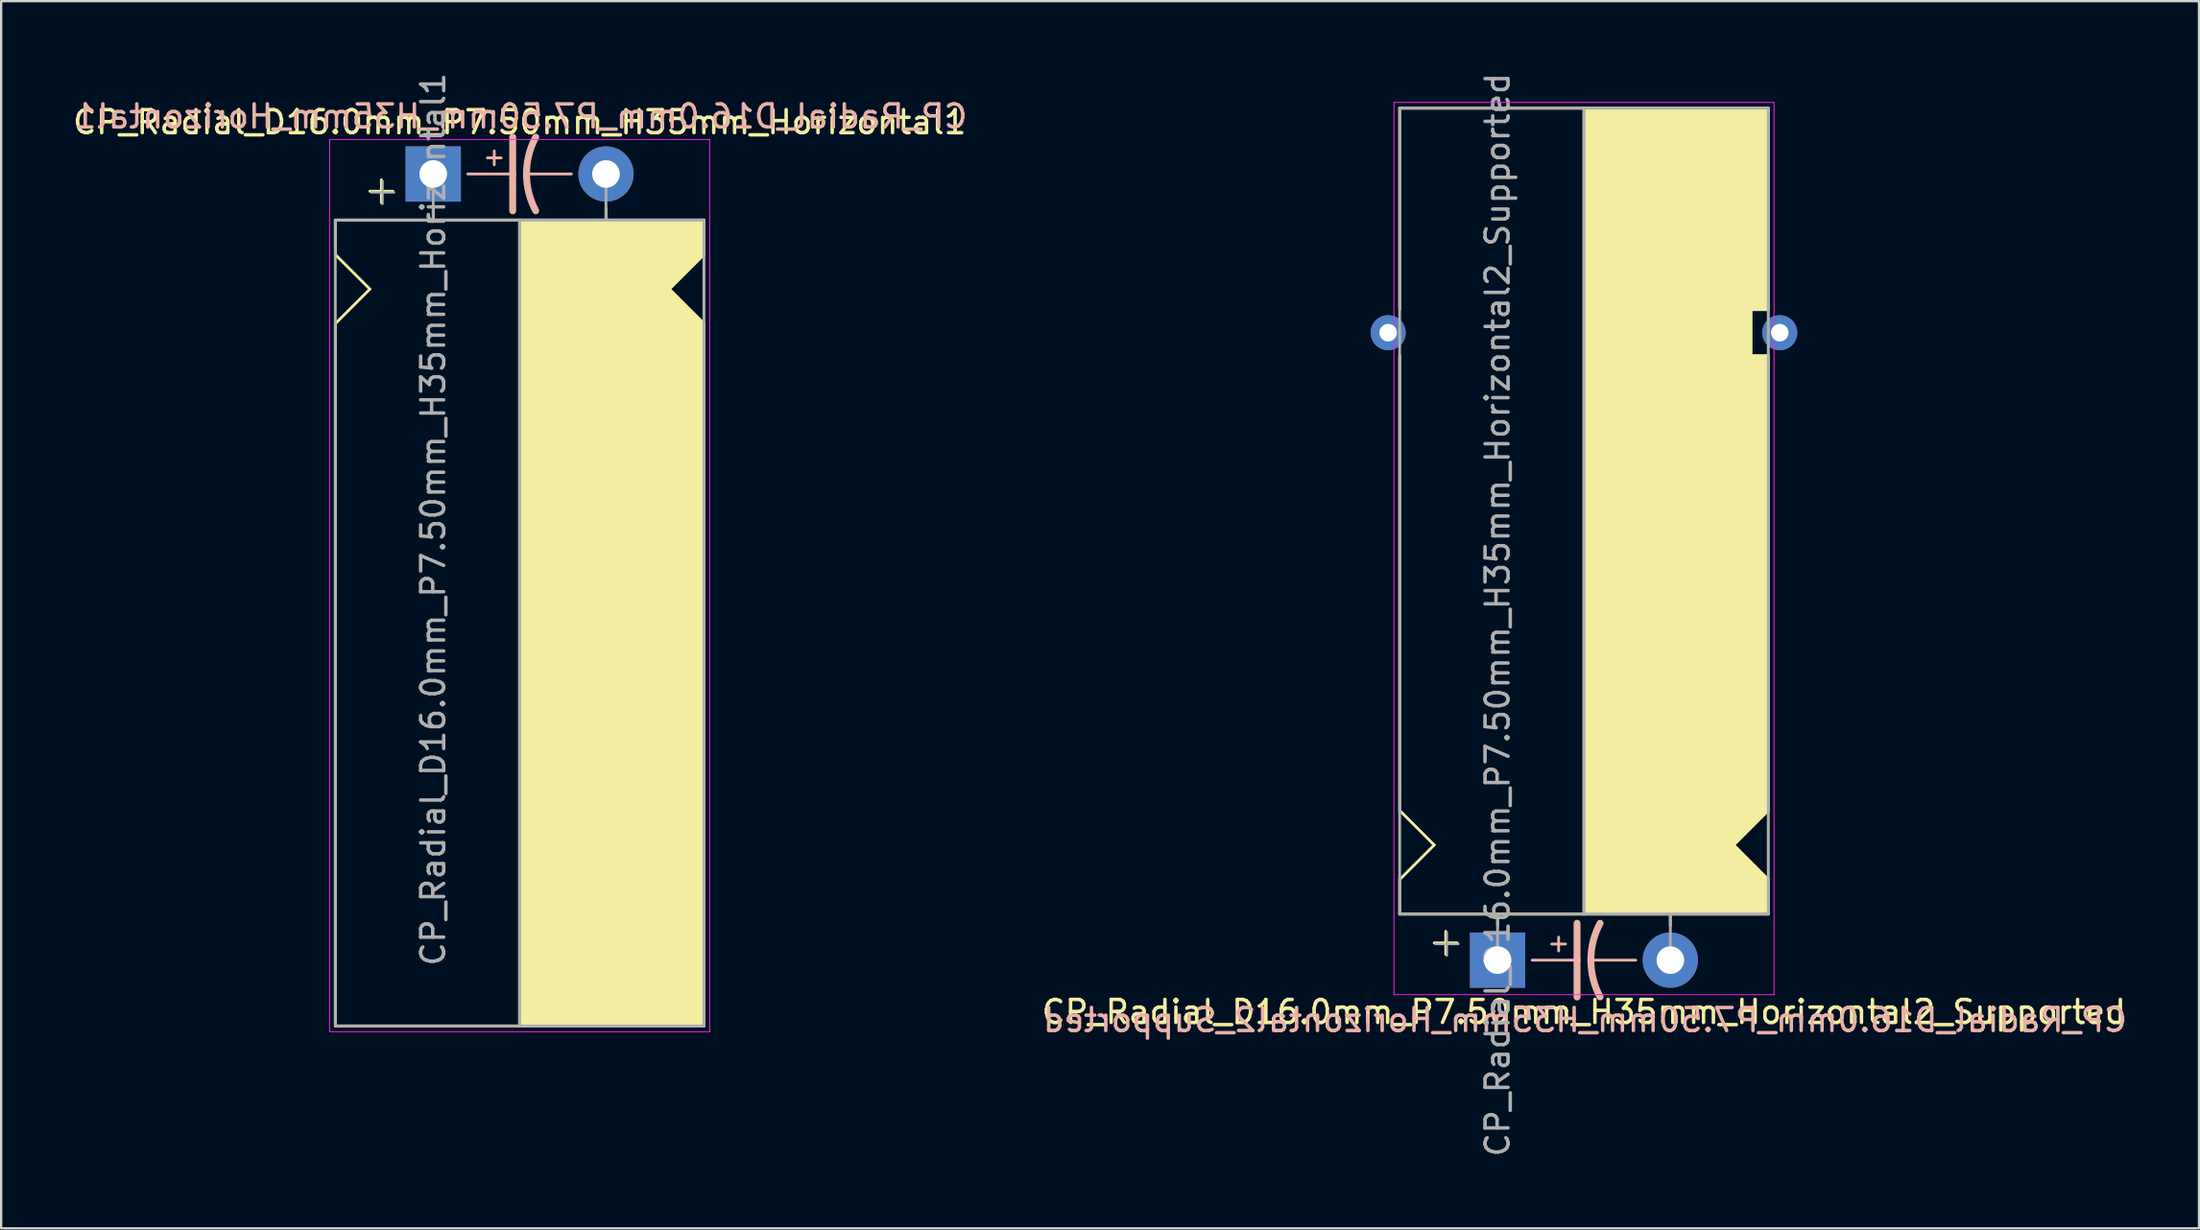
<source format=kicad_pcb>
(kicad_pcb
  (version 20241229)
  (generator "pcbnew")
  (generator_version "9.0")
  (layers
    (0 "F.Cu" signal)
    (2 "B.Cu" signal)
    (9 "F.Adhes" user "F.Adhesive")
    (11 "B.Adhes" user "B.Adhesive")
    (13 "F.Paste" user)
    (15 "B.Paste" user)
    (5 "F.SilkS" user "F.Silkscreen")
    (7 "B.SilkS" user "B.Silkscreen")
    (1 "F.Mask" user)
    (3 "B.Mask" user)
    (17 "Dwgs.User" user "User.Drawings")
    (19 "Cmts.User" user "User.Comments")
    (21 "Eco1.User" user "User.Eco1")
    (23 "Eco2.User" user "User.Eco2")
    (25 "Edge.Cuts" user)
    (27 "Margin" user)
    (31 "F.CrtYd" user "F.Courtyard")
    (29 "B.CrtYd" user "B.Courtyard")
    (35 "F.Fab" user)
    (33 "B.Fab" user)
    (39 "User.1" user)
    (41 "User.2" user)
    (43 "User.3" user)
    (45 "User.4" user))
  (footprint "CP_Radial_D16.0mm_P7.50mm_H35mm_Horizontal2_Supported"
    (layer "F.Cu")
    (at 61.961 38.649)
    (property "Reference" "CP_Radial_D16.0mm_P7.50mm_H35mm_Horizontal2_Supported" (at 3.75 2.25 0) (layer "F.SilkS") (effects (font (size 1 1) (thickness 0.15))))
    (fp_line (start -4.25 -28.25) (end -4.25 -37) (stroke (width 0.12) (type solid)) (layer "F.SilkS"))
    (fp_line (start -4.25 -7.5) (end -4.25 -26.25) (stroke (width 0.12) (type solid)) (layer "F.SilkS"))
    (fp_line (start -4.25 -6.5) (end -4.25 -7.5) (stroke (width 0.12) (type solid)) (layer "F.SilkS"))
    (fp_line (start -4.25 -3.5) (end -2.75 -5) (stroke (width 0.12) (type solid)) (layer "F.SilkS"))
    (fp_line (start -4.25 -2) (end -4.25 -3.5) (stroke (width 0.12) (type solid)) (layer "F.SilkS"))
    (fp_line (start -2.75 -5) (end -4.25 -6.5) (stroke (width 0.12) (type solid)) (layer "F.SilkS"))
    (fp_line (start -2.25 -1.25) (end -2.25 -0.25) (stroke (width 0.12) (type solid)) (layer "F.SilkS"))
    (fp_line (start -1.75 -0.75) (end -2.75 -0.75) (stroke (width 0.12) (type solid)) (layer "F.SilkS"))
    (fp_line (start 0 -1.5) (end 0 -2) (stroke (width 0.12) (type solid)) (layer "F.SilkS"))
    (fp_line (start 3.75 -2) (end -4.25 -2) (stroke (width 0.12) (type solid)) (layer "F.SilkS"))
    (fp_line (start 3.75 -2) (end 3.75 -37) (stroke (width 0.12) (type solid)) (layer "F.SilkS"))
    (fp_line (start 3.75 -2) (end 11.75 -2) (stroke (width 0.12) (type solid)) (layer "F.SilkS"))
    (fp_line (start 7.5 -1.5) (end 7.5 -2) (stroke (width 0.12) (type solid)) (layer "F.SilkS"))
    (fp_line (start 10.25 -5) (end 11.75 -6.5) (stroke (width 0.12) (type solid)) (layer "F.SilkS"))
    (fp_line (start 11 -28.25) (end 11 -26.25) (stroke (width 0.12) (type solid)) (layer "F.SilkS"))
    (fp_line (start 11 -26.25) (end 11.75 -26.25) (stroke (width 0.12) (type solid)) (layer "F.SilkS"))
    (fp_line (start 11.75 -37) (end -4.25 -37) (stroke (width 0.12) (type solid)) (layer "F.SilkS"))
    (fp_line (start 11.75 -37) (end 11.75 -28.25) (stroke (width 0.12) (type solid)) (layer "F.SilkS"))
    (fp_line (start 11.75 -28.25) (end 11 -28.25) (stroke (width 0.12) (type solid)) (layer "F.SilkS"))
    (fp_line (start 11.75 -26.25) (end 11.75 -6.5) (stroke (width 0.12) (type solid)) (layer "F.SilkS"))
    (fp_line (start 11.75 -3.5) (end 10.25 -5) (stroke (width 0.12) (type solid)) (layer "F.SilkS"))
    (fp_line (start 11.75 -2) (end 11.75 -3.5) (stroke (width 0.12) (type solid)) (layer "F.SilkS"))
    (fp_poly (pts (xy 11.75 -3.5) (xy 10.25 -5) (xy 11.75 -6.5) (xy 11.75 -26.25) (xy 11 -26.25) (xy 11 -28.25) (xy 11.75 -28.25) (xy 11.75 -37) (xy 3.75 -37) (xy 3.75 -2) (xy 11.75 -2)) (stroke (width 0.1) (type solid)) (fill yes) (layer "F.SilkS"))
    (fp_line (start 1.5 0) (end 3.45 0) (stroke (width 0.12) (type solid)) (layer "B.SilkS"))
    (fp_line (start 2.35 -0.7) (end 2.95 -0.7) (stroke (width 0.12) (type solid)) (layer "B.SilkS"))
    (fp_line (start 2.65 -0.4) (end 2.65 -1) (stroke (width 0.12) (type solid)) (layer "B.SilkS"))
    (fp_line (start 3.45 0) (end 3.45 -1.6) (stroke (width 0.3) (type solid)) (layer "B.SilkS"))
    (fp_line (start 3.45 0) (end 3.45 1.6) (stroke (width 0.3) (type solid)) (layer "B.SilkS"))
    (fp_line (start 6 0) (end 4.05 0) (stroke (width 0.12) (type solid)) (layer "B.SilkS"))
    (fp_arc (start 4.05 0) (mid 4.150512 -0.824872) (end 4.45 -1.6) (stroke (width 0.3) (type solid)) (layer "B.SilkS"))
    (fp_arc (start 4.45 1.596157) (mid 4.151652 0.822725) (end 4.05 0) (stroke (width 0.3) (type solid)) (layer "B.SilkS"))
    (fp_line (start -4.5 -37.25) (end -4.5 1.5) (stroke (width 0.04) (type solid)) (layer "F.CrtYd"))
    (fp_line (start -4.5 1.5) (end 12 1.5) (stroke (width 0.04) (type solid)) (layer "F.CrtYd"))
    (fp_line (start 12 -37.25) (end -4.5 -37.25) (stroke (width 0.04) (type solid)) (layer "F.CrtYd"))
    (fp_line (start 12 1.5) (end 12 -37.25) (stroke (width 0.04) (type solid)) (layer "F.CrtYd"))
    (fp_line (start -4.25 -37) (end 11.75 -37) (stroke (width 0.12) (type solid)) (layer "F.Fab"))
    (fp_line (start -4.25 -2) (end -4.25 -37) (stroke (width 0.12) (type solid)) (layer "F.Fab"))
    (fp_line (start -2.7 -0.7) (end -1.7 -0.7) (stroke (width 0.1) (type solid)) (layer "F.Fab"))
    (fp_line (start -2.2 -0.2) (end -2.2 -1.2) (stroke (width 0.1) (type solid)) (layer "F.Fab"))
    (fp_line (start 0 -2) (end -4.25 -2) (stroke (width 0.12) (type solid)) (layer "F.Fab"))
    (fp_line (start 0 0) (end 0 -2) (stroke (width 0.12) (type solid)) (layer "F.Fab"))
    (fp_line (start 3.75 -2) (end 3.75 -37) (stroke (width 0.12) (type solid)) (layer "F.Fab"))
    (fp_line (start 7.5 0) (end 7.5 -2) (stroke (width 0.12) (type solid)) (layer "F.Fab"))
    (fp_line (start 11.75 -37) (end 11.75 -2) (stroke (width 0.12) (type solid)) (layer "F.Fab"))
    (fp_line (start 11.75 -2) (end 0 -2) (stroke (width 0.12) (type solid)) (layer "F.Fab"))
    (fp_poly (pts (xy 11.75 -37) (xy 3.75 -37) (xy 3.75 -2) (xy 11.75 -2)) (stroke (width 0.1) (type solid)) (fill no) (layer "F.Fab"))
    (fp_text user "${REFERENCE}" (at 3.8 2.6 0) (layer "B.SilkS") (effects (font (size 1 1) (thickness 0.15)) (justify mirror)))
    (fp_text user "${REFERENCE}" (at 0 -15 90) (layer "F.Fab") (effects (font (size 1 1) (thickness 0.15))))
    (pad "1" thru_hole rect (at 0 0) (size 2.4 2.4) (drill 1.2) (layers "*.Cu" "*.Mask"))
    (pad "2" thru_hole circle (at 7.5 0) (size 2.4 2.4) (drill 1.2) (layers "*.Cu" "*.Mask"))
    (pad "~" thru_hole circle (at -4.75 -27.25 180) (size 1.524 1.524) (drill 0.762) (layers "*.Cu" "*.Mask"))
    (pad "~" thru_hole circle (at 12.25 -27.25 180) (size 1.524 1.524) (drill 0.762) (layers "*.Cu" "*.Mask")))
  (footprint "CP_Radial_D16.0mm_P7.50mm_H35mm_Horizontal1"
    (layer "F.Cu")
    (at 15.756 4.506)
    (property "Reference" "CP_Radial_D16.0mm_P7.50mm_H35mm_Horizontal1" (at 3.75 -2.25 0) (layer "F.SilkS") (effects (font (size 1 1) (thickness 0.15))))
    (fp_line (start -4.25 2) (end -4.25 3.5) (stroke (width 0.12) (type solid)) (layer "F.SilkS"))
    (fp_line (start -4.25 3.5) (end -2.75 5) (stroke (width 0.12) (type solid)) (layer "F.SilkS"))
    (fp_line (start -4.25 6.5) (end -4.25 7.5) (stroke (width 0.12) (type solid)) (layer "F.SilkS"))
    (fp_line (start -4.25 7.5) (end -4.25 37) (stroke (width 0.12) (type solid)) (layer "F.SilkS"))
    (fp_line (start -2.75 5) (end -4.25 6.5) (stroke (width 0.12) (type solid)) (layer "F.SilkS"))
    (fp_line (start -2.25 0.25) (end -2.25 1.25) (stroke (width 0.12) (type solid)) (layer "F.SilkS"))
    (fp_line (start -1.75 0.75) (end -2.75 0.75) (stroke (width 0.12) (type solid)) (layer "F.SilkS"))
    (fp_line (start 0 1.5) (end 0 2) (stroke (width 0.12) (type solid)) (layer "F.SilkS"))
    (fp_line (start 3.75 2) (end -4.25 2) (stroke (width 0.12) (type solid)) (layer "F.SilkS"))
    (fp_line (start 3.75 2) (end 3.75 37) (stroke (width 0.12) (type solid)) (layer "F.SilkS"))
    (fp_line (start 3.75 2) (end 11.75 2) (stroke (width 0.12) (type solid)) (layer "F.SilkS"))
    (fp_line (start 7.5 1.5) (end 7.5 2) (stroke (width 0.12) (type solid)) (layer "F.SilkS"))
    (fp_line (start 10.25 5) (end 11.75 6.5) (stroke (width 0.12) (type solid)) (layer "F.SilkS"))
    (fp_line (start 11.75 2) (end 11.75 3.5) (stroke (width 0.12) (type solid)) (layer "F.SilkS"))
    (fp_line (start 11.75 3.5) (end 10.25 5) (stroke (width 0.12) (type solid)) (layer "F.SilkS"))
    (fp_line (start 11.75 37) (end -4.25 37) (stroke (width 0.12) (type solid)) (layer "F.SilkS"))
    (fp_line (start 11.75 37) (end 11.75 6.5) (stroke (width 0.12) (type solid)) (layer "F.SilkS"))
    (fp_poly (pts (xy 11.75 3.5) (xy 10.25 5) (xy 11.75 6.5) (xy 11.75 37) (xy 3.75 37) (xy 3.75 2) (xy 11.75 2)) (stroke (width 0.1) (type solid)) (fill yes) (layer "F.SilkS"))
    (fp_line (start 1.5 0) (end 3.45 0) (stroke (width 0.12) (type solid)) (layer "B.SilkS"))
    (fp_line (start 2.35 -0.7) (end 2.95 -0.7) (stroke (width 0.12) (type solid)) (layer "B.SilkS"))
    (fp_line (start 2.65 -0.4) (end 2.65 -1) (stroke (width 0.12) (type solid)) (layer "B.SilkS"))
    (fp_line (start 3.45 0) (end 3.45 -1.6) (stroke (width 0.3) (type solid)) (layer "B.SilkS"))
    (fp_line (start 3.45 0) (end 3.45 1.6) (stroke (width 0.3) (type solid)) (layer "B.SilkS"))
    (fp_line (start 6 0) (end 4.05 0) (stroke (width 0.12) (type solid)) (layer "B.SilkS"))
    (fp_arc (start 4.05 0) (mid 4.150512 -0.824872) (end 4.45 -1.6) (stroke (width 0.3) (type solid)) (layer "B.SilkS"))
    (fp_arc (start 4.45 1.596157) (mid 4.151652 0.822725) (end 4.05 0) (stroke (width 0.3) (type solid)) (layer "B.SilkS"))
    (fp_line (start -4.5 -1.5) (end 12 -1.5) (stroke (width 0.04) (type solid)) (layer "F.CrtYd"))
    (fp_line (start -4.5 37.25) (end -4.5 -1.5) (stroke (width 0.04) (type solid)) (layer "F.CrtYd"))
    (fp_line (start 12 -1.5) (end 12 37.25) (stroke (width 0.04) (type solid)) (layer "F.CrtYd"))
    (fp_line (start 12 37.25) (end -4.5 37.25) (stroke (width 0.04) (type solid)) (layer "F.CrtYd"))
    (fp_line (start -4.25 2) (end -4.25 37) (stroke (width 0.12) (type solid)) (layer "F.Fab"))
    (fp_line (start -4.25 37) (end 11.75 37) (stroke (width 0.12) (type solid)) (layer "F.Fab"))
    (fp_line (start -2.7 0.8) (end -1.7 0.8) (stroke (width 0.1) (type solid)) (layer "F.Fab"))
    (fp_line (start -2.2 1.3) (end -2.2 0.3) (stroke (width 0.1) (type solid)) (layer "F.Fab"))
    (fp_line (start 0 0) (end 0 2) (stroke (width 0.12) (type solid)) (layer "F.Fab"))
    (fp_line (start 0 2) (end -4.25 2) (stroke (width 0.12) (type solid)) (layer "F.Fab"))
    (fp_line (start 3.75 2) (end 3.75 37) (stroke (width 0.12) (type solid)) (layer "F.Fab"))
    (fp_line (start 7.5 0) (end 7.5 2) (stroke (width 0.12) (type solid)) (layer "F.Fab"))
    (fp_line (start 11.75 2) (end 0 2) (stroke (width 0.12) (type solid)) (layer "F.Fab"))
    (fp_line (start 11.75 37) (end 11.75 2) (stroke (width 0.12) (type solid)) (layer "F.Fab"))
    (fp_poly (pts (xy 11.75 37) (xy 3.75 37) (xy 3.75 2) (xy 11.75 2)) (stroke (width 0.1) (type solid)) (fill no) (layer "F.Fab"))
    (fp_text user "${REFERENCE}" (at 3.8 -2.5 0) (layer "B.SilkS") (effects (font (size 1 1) (thickness 0.15)) (justify mirror)))
    (fp_text user "${REFERENCE}" (at 0 15 90) (layer "F.Fab") (effects (font (size 1 1) (thickness 0.15))))
    (pad "1" thru_hole rect (at 0 0) (size 2.4 2.4) (drill 1.2) (layers "*.Cu" "*.Mask"))
    (pad "2" thru_hole circle (at 7.5 0) (size 2.4 2.4) (drill 1.2) (layers "*.Cu" "*.Mask")))
  (gr_rect
    (start -3 -3)
    (end 92.41 50.298)
    (stroke (width 0.1) (type default))
    (fill no)
    (layer "Edge.Cuts")))
</source>
